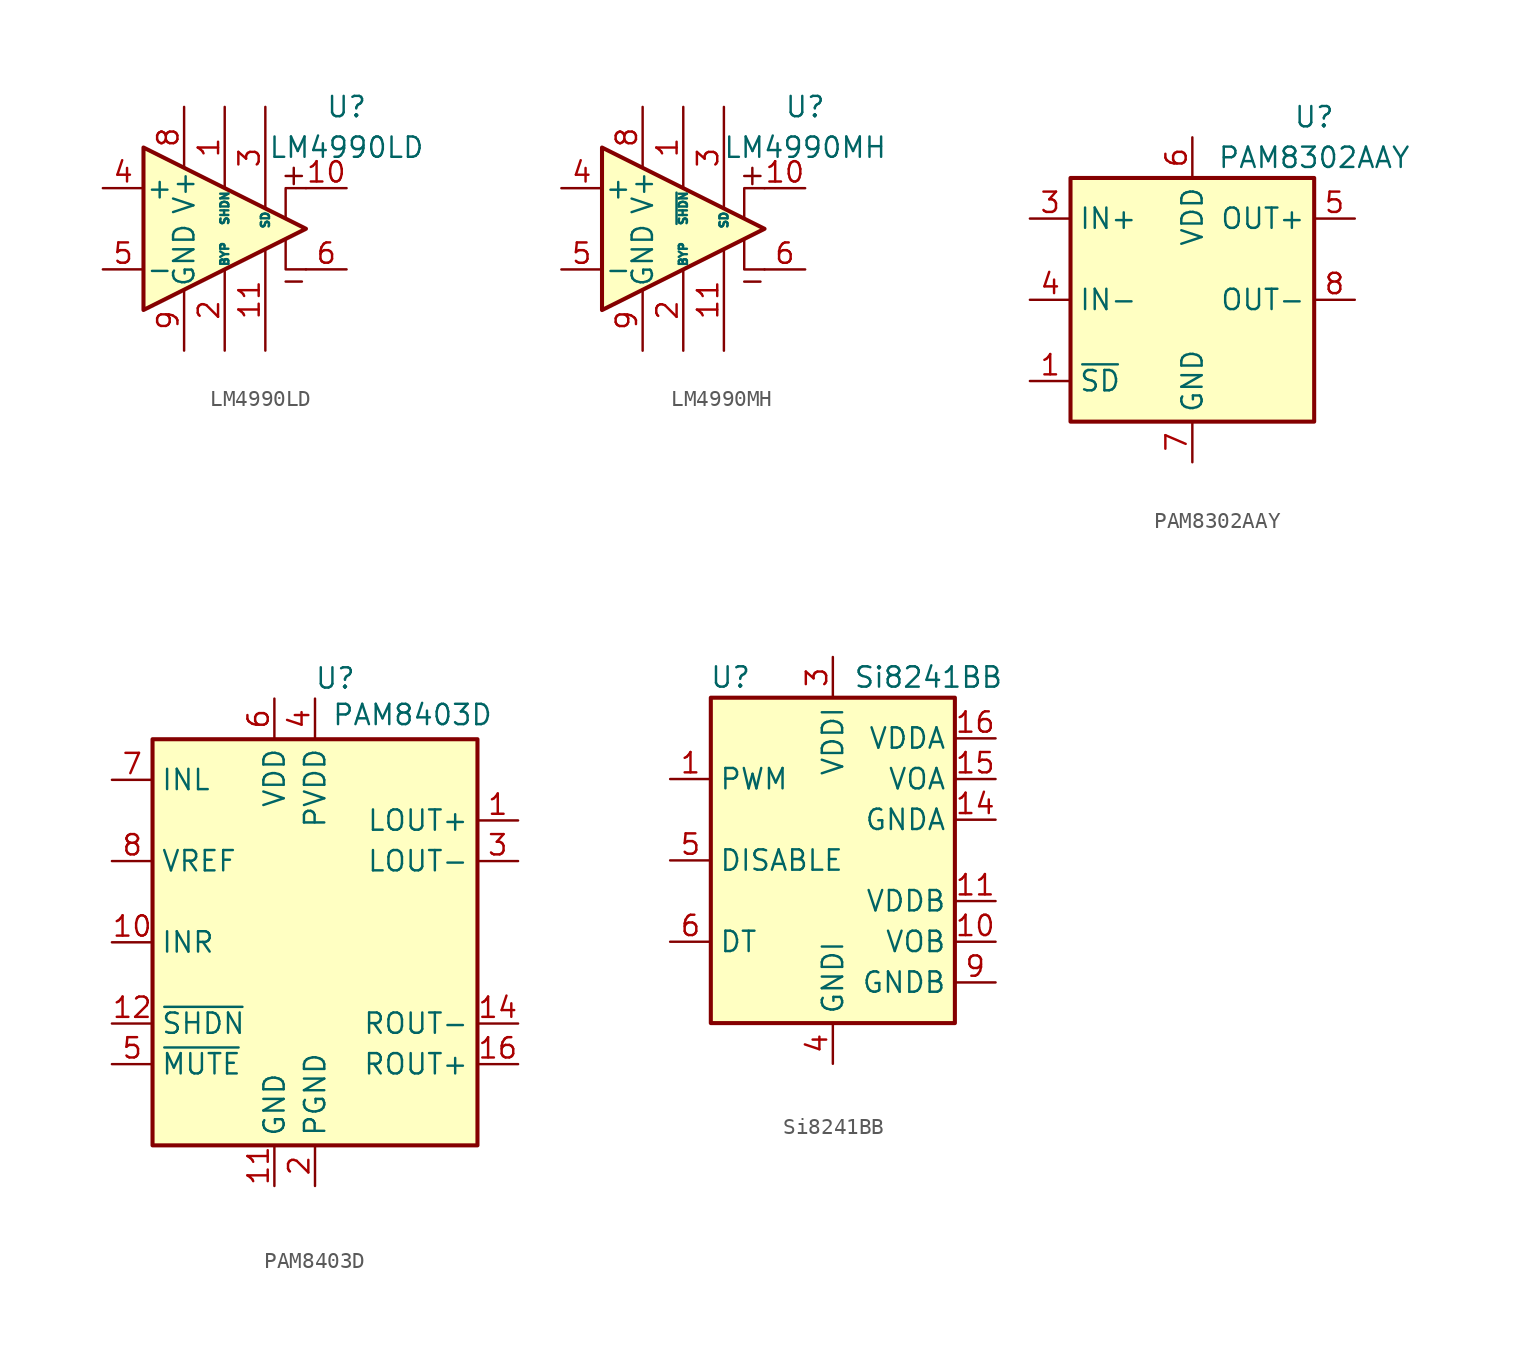
<source format=kicad_sym>
(kicad_symbol_lib
  (version 20201005)
  (generator kicad_symbol_editor)
  (symbol "Amplifier_Audio:LM4990LD"
    (pin_names
      (offset 0.127))
    (property "Reference" "U"
      (at 7.62 7.62 0)
      (effects (font (size 1.27 1.27))))
    (property "Value" "LM4990LD"
      (at 7.62 5.08 0)
      (effects (font (size 1.27 1.27))))
    (symbol "LM4990LD_0_1"
      (polyline (pts (xy 3.81 -0.635) (xy 3.81 -2.54) (xy 5.08 -2.54)) (stroke (width 0)) (fill (type none)))
      (polyline (pts (xy 5.08 2.54) (xy 3.81 2.54) (xy 3.81 0.635)) (stroke (width 0)) (fill (type none)))
      (polyline (pts (xy -5.08 5.08) (xy 5.08 0) (xy -5.08 -5.08) (xy -5.08 5.08)) (stroke (width 0.254)) (fill (type background))))
    (symbol "LM4990LD_1_1"
      (polyline (pts (xy 3.81 -3.302) (xy 4.826 -3.302)) (stroke (width 0)) (fill (type none)))
      (polyline (pts (xy 4.318 3.81) (xy 4.318 2.794)) (stroke (width 0)) (fill (type none)))
      (polyline (pts (xy 4.826 3.302) (xy 3.81 3.302)) (stroke (width 0)) (fill (type none)))
      (pin output line (at 0 7.62 270) (length 5.08) (name "SHDN" (effects (font (size 0.508 0.508)))) (number "1" (effects (font (size 1.27 1.27)))))
      (pin output line (at 7.62 2.54 180) (length 2.54) (name "~" (effects (font (size 1.27 1.27)))) (number "10" (effects (font (size 1.27 1.27)))))
      (pin power_in line (at 2.54 -7.62 90) (length 6.35) (name "~" (effects (font (size 1.27 1.27)))) (number "11" (effects (font (size 1.27 1.27)))))
      (pin input line (at 0 -7.62 90) (length 5.08) (name "BYP" (effects (font (size 0.508 0.508)))) (number "2" (effects (font (size 1.27 1.27)))))
      (pin input line (at 2.54 7.62 270) (length 6.35) (name "SD" (effects (font (size 0.508 0.508)))) (number "3" (effects (font (size 1.27 1.27)))))
      (pin input line (at -7.62 2.54 0) (length 2.54) (name "+" (effects (font (size 1.27 1.27)))) (number "4" (effects (font (size 1.27 1.27)))))
      (pin input line (at -7.62 -2.54 0) (length 2.54) (name "-" (effects (font (size 1.27 1.27)))) (number "5" (effects (font (size 1.27 1.27)))))
      (pin output line (at 7.62 -2.54 180) (length 2.54) (name "~" (effects (font (size 1.27 1.27)))) (number "6" (effects (font (size 1.27 1.27)))))
      (pin no_connect line (at 0 2.54 270) (length 2.54) hide (name "NC" (effects (font (size 1.27 1.27)))) (number "7" (effects (font (size 1.27 1.27)))))
      (pin power_in line (at -2.54 7.62 270) (length 3.81) (name "V+" (effects (font (size 1.27 1.27)))) (number "8" (effects (font (size 1.27 1.27)))))
      (pin power_in line (at -2.54 -7.62 90) (length 3.81) (name "GND" (effects (font (size 1.27 1.27)))) (number "9" (effects (font (size 1.27 1.27)))))))
  (symbol "Amplifier_Audio:LM4990MH"
    (pin_names
      (offset 0.127))
    (property "Reference" "U"
      (at 7.62 7.62 0)
      (effects (font (size 1.27 1.27))))
    (property "Value" "LM4990MH"
      (at 7.62 5.08 0)
      (effects (font (size 1.27 1.27))))
    (symbol "LM4990MH_0_1"
      (polyline (pts (xy 3.81 -0.635) (xy 3.81 -2.54) (xy 5.08 -2.54)) (stroke (width 0)) (fill (type none)))
      (polyline (pts (xy 5.08 2.54) (xy 3.81 2.54) (xy 3.81 0.635)) (stroke (width 0)) (fill (type none)))
      (polyline (pts (xy -5.08 5.08) (xy 5.08 0) (xy -5.08 -5.08) (xy -5.08 5.08)) (stroke (width 0.254)) (fill (type background))))
    (symbol "LM4990MH_1_1"
      (polyline (pts (xy 3.81 -3.302) (xy 4.826 -3.302)) (stroke (width 0)) (fill (type none)))
      (polyline (pts (xy 4.318 3.81) (xy 4.318 2.794)) (stroke (width 0)) (fill (type none)))
      (polyline (pts (xy 4.826 3.302) (xy 3.81 3.302)) (stroke (width 0)) (fill (type none)))
      (pin output line (at 0 7.62 270) (length 5.08) (name "~SHDN" (effects (font (size 0.508 0.508)))) (number "1" (effects (font (size 1.27 1.27)))))
      (pin output line (at 7.62 2.54 180) (length 2.54) (name "~" (effects (font (size 1.27 1.27)))) (number "10" (effects (font (size 1.27 1.27)))))
      (pin power_in line (at 2.54 -7.62 90) (length 6.35) (name "~" (effects (font (size 1.27 1.27)))) (number "11" (effects (font (size 1.27 1.27)))))
      (pin input line (at 0 -7.62 90) (length 5.08) (name "BYP" (effects (font (size 0.508 0.508)))) (number "2" (effects (font (size 1.27 1.27)))))
      (pin input line (at 2.54 7.62 270) (length 6.35) (name "SD" (effects (font (size 0.508 0.508)))) (number "3" (effects (font (size 1.27 1.27)))))
      (pin input line (at -7.62 2.54 0) (length 2.54) (name "+" (effects (font (size 1.27 1.27)))) (number "4" (effects (font (size 1.27 1.27)))))
      (pin input line (at -7.62 -2.54 0) (length 2.54) (name "-" (effects (font (size 1.27 1.27)))) (number "5" (effects (font (size 1.27 1.27)))))
      (pin output line (at 7.62 -2.54 180) (length 2.54) (name "~" (effects (font (size 1.27 1.27)))) (number "6" (effects (font (size 1.27 1.27)))))
      (pin no_connect line (at 0 2.54 270) (length 2.54) hide (name "NC" (effects (font (size 1.27 1.27)))) (number "7" (effects (font (size 1.27 1.27)))))
      (pin power_in line (at -2.54 7.62 270) (length 3.81) (name "V+" (effects (font (size 1.27 1.27)))) (number "8" (effects (font (size 1.27 1.27)))))
      (pin power_in line (at -2.54 -7.62 90) (length 3.81) (name "GND" (effects (font (size 1.27 1.27)))) (number "9" (effects (font (size 1.27 1.27)))))))
  (symbol "Amplifier_Audio:PAM8302AAY"
    (property "Reference" "U"
      (at 7.62 11.43 0)
      (effects (font (size 1.27 1.27))))
    (property "Value" "PAM8302AAY"
      (at 7.62 8.89 0)
      (effects (font (size 1.27 1.27))))
    (symbol "PAM8302AAY_0_1"
      (rectangle (start -7.62 7.62) (end 7.62 -7.62) (stroke (width 0.254)) (fill (type background))))
    (symbol "PAM8302AAY_1_1"
      (pin input line (at -10.16 -5.08 0) (length 2.54) (name "~SD" (effects (font (size 1.27 1.27)))) (number "1" (effects (font (size 1.27 1.27)))))
      (pin no_connect line (at 7.62 -5.08 180) (length 2.54) hide (name "NC" (effects (font (size 1.27 1.27)))) (number "2" (effects (font (size 1.27 1.27)))))
      (pin input line (at -10.16 5.08 0) (length 2.54) (name "IN+" (effects (font (size 1.27 1.27)))) (number "3" (effects (font (size 1.27 1.27)))))
      (pin input line (at -10.16 0 0) (length 2.54) (name "IN-" (effects (font (size 1.27 1.27)))) (number "4" (effects (font (size 1.27 1.27)))))
      (pin output line (at 10.16 5.08 180) (length 2.54) (name "OUT+" (effects (font (size 1.27 1.27)))) (number "5" (effects (font (size 1.27 1.27)))))
      (pin power_in line (at 0 10.16 270) (length 2.54) (name "VDD" (effects (font (size 1.27 1.27)))) (number "6" (effects (font (size 1.27 1.27)))))
      (pin power_in line (at 0 -10.16 90) (length 2.54) (name "GND" (effects (font (size 1.27 1.27)))) (number "7" (effects (font (size 1.27 1.27)))))
      (pin output line (at 10.16 0 180) (length 2.54) (name "OUT-" (effects (font (size 1.27 1.27)))) (number "8" (effects (font (size 1.27 1.27)))))))
  (symbol "Amplifier_Audio:PAM8403D"
    (property "Reference" "U"
      (at 1.27 16.51 0)
      (effects (font (size 1.27 1.27))))
    (property "Value" "PAM8403D"
      (at 6.096 14.224 0)
      (effects (font (size 1.27 1.27))))
    (symbol "PAM8403D_0_1"
      (rectangle (start -10.16 12.7) (end 10.16 -12.7) (stroke (width 0.254)) (fill (type background))))
    (symbol "PAM8403D_1_1"
      (pin output line (at 12.7 7.62 180) (length 2.54) (name "LOUT+" (effects (font (size 1.27 1.27)))) (number "1" (effects (font (size 1.27 1.27)))))
      (pin input line (at -12.7 0 0) (length 2.54) (name "INR" (effects (font (size 1.27 1.27)))) (number "10" (effects (font (size 1.27 1.27)))))
      (pin power_in line (at -2.54 -15.24 90) (length 2.54) (name "GND" (effects (font (size 1.27 1.27)))) (number "11" (effects (font (size 1.27 1.27)))))
      (pin input line (at -12.7 -5.08 0) (length 2.54) (name "~SHDN" (effects (font (size 1.27 1.27)))) (number "12" (effects (font (size 1.27 1.27)))))
      (pin passive line (at 0 15.24 270) (length 2.54) hide (name "PVDD" (effects (font (size 1.27 1.27)))) (number "13" (effects (font (size 1.27 1.27)))))
      (pin output line (at 12.7 -5.08 180) (length 2.54) (name "ROUT-" (effects (font (size 1.27 1.27)))) (number "14" (effects (font (size 1.27 1.27)))))
      (pin passive line (at 0 -15.24 90) (length 2.54) hide (name "PGND" (effects (font (size 1.27 1.27)))) (number "15" (effects (font (size 1.27 1.27)))))
      (pin output line (at 12.7 -7.62 180) (length 2.54) (name "ROUT+" (effects (font (size 1.27 1.27)))) (number "16" (effects (font (size 1.27 1.27)))))
      (pin power_in line (at 0 -15.24 90) (length 2.54) (name "PGND" (effects (font (size 1.27 1.27)))) (number "2" (effects (font (size 1.27 1.27)))))
      (pin output line (at 12.7 5.08 180) (length 2.54) (name "LOUT-" (effects (font (size 1.27 1.27)))) (number "3" (effects (font (size 1.27 1.27)))))
      (pin power_in line (at 0 15.24 270) (length 2.54) (name "PVDD" (effects (font (size 1.27 1.27)))) (number "4" (effects (font (size 1.27 1.27)))))
      (pin input line (at -12.7 -7.62 0) (length 2.54) (name "~MUTE" (effects (font (size 1.27 1.27)))) (number "5" (effects (font (size 1.27 1.27)))))
      (pin power_in line (at -2.54 15.24 270) (length 2.54) (name "VDD" (effects (font (size 1.27 1.27)))) (number "6" (effects (font (size 1.27 1.27)))))
      (pin input line (at -12.7 10.16 0) (length 2.54) (name "INL" (effects (font (size 1.27 1.27)))) (number "7" (effects (font (size 1.27 1.27)))))
      (pin input line (at -12.7 5.08 0) (length 2.54) (name "VREF" (effects (font (size 1.27 1.27)))) (number "8" (effects (font (size 1.27 1.27)))))
      (pin no_connect line (at 10.16 -10.16 180) (length 2.54) hide (name "NC" (effects (font (size 1.27 1.27)))) (number "9" (effects (font (size 1.27 1.27)))))))
  (symbol "Amplifier_Audio:Si8241BB"
    (property "Reference" "U"
      (at -5.08 11.43 0)
      (effects (font (size 1.27 1.27)) (justify right)))
    (property "Value" "Si8241BB"
      (at 1.27 11.43 0)
      (effects (font (size 1.27 1.27)) (justify left)))
    (symbol "Si8241BB_0_1"
      (rectangle (start -7.62 10.16) (end 7.62 -10.16) (stroke (width 0.254)) (fill (type background))))
    (symbol "Si8241BB_1_1"
      (pin input line (at -10.16 5.08 0) (length 2.54) (name "PWM" (effects (font (size 1.27 1.27)))) (number "1" (effects (font (size 1.27 1.27)))))
      (pin output line (at 10.16 -5.08 180) (length 2.54) (name "VOB" (effects (font (size 1.27 1.27)))) (number "10" (effects (font (size 1.27 1.27)))))
      (pin power_in line (at 10.16 -2.54 180) (length 2.54) (name "VDDB" (effects (font (size 1.27 1.27)))) (number "11" (effects (font (size 1.27 1.27)))))
      (pin no_connect line (at -7.62 -2.54 0) (length 2.54) hide (name "NC" (effects (font (size 1.27 1.27)))) (number "12" (effects (font (size 1.27 1.27)))))
      (pin no_connect line (at -7.62 -7.62 0) (length 2.54) hide (name "NC" (effects (font (size 1.27 1.27)))) (number "13" (effects (font (size 1.27 1.27)))))
      (pin power_in line (at 10.16 2.54 180) (length 2.54) (name "GNDA" (effects (font (size 1.27 1.27)))) (number "14" (effects (font (size 1.27 1.27)))))
      (pin output line (at 10.16 5.08 180) (length 2.54) (name "VOA" (effects (font (size 1.27 1.27)))) (number "15" (effects (font (size 1.27 1.27)))))
      (pin power_in line (at 10.16 7.62 180) (length 2.54) (name "VDDA" (effects (font (size 1.27 1.27)))) (number "16" (effects (font (size 1.27 1.27)))))
      (pin no_connect line (at -7.62 7.62 0) (length 2.54) hide (name "NC" (effects (font (size 1.27 1.27)))) (number "2" (effects (font (size 1.27 1.27)))))
      (pin power_in line (at 0 12.7 270) (length 2.54) (name "VDDI" (effects (font (size 1.27 1.27)))) (number "3" (effects (font (size 1.27 1.27)))))
      (pin power_in line (at 0 -12.7 90) (length 2.54) (name "GNDI" (effects (font (size 1.27 1.27)))) (number "4" (effects (font (size 1.27 1.27)))))
      (pin input line (at -10.16 0 0) (length 2.54) (name "DISABLE" (effects (font (size 1.27 1.27)))) (number "5" (effects (font (size 1.27 1.27)))))
      (pin passive line (at -10.16 -5.08 0) (length 2.54) (name "DT" (effects (font (size 1.27 1.27)))) (number "6" (effects (font (size 1.27 1.27)))))
      (pin no_connect line (at -7.62 2.54 0) (length 2.54) hide (name "NC" (effects (font (size 1.27 1.27)))) (number "7" (effects (font (size 1.27 1.27)))))
      (pin passive line (at 0 12.7 270) (length 2.54) hide (name "VDDI" (effects (font (size 1.27 1.27)))) (number "8" (effects (font (size 1.27 1.27)))))
      (pin power_in line (at 10.16 -7.62 180) (length 2.54) (name "GNDB" (effects (font (size 1.27 1.27)))) (number "9" (effects (font (size 1.27 1.27))))))))
</source>
